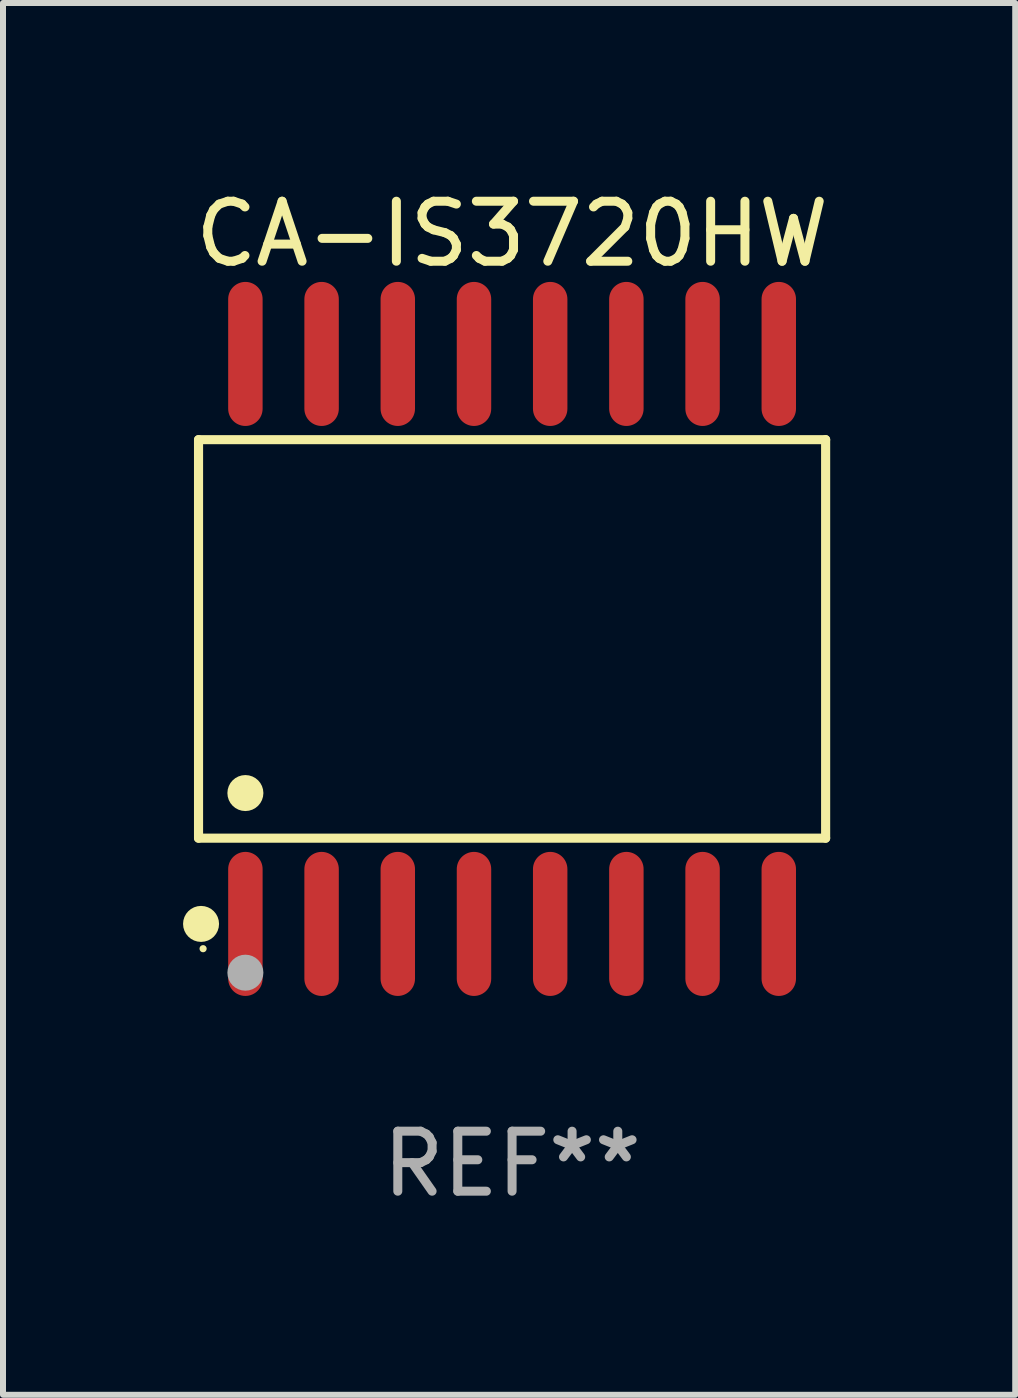
<source format=kicad_pcb>
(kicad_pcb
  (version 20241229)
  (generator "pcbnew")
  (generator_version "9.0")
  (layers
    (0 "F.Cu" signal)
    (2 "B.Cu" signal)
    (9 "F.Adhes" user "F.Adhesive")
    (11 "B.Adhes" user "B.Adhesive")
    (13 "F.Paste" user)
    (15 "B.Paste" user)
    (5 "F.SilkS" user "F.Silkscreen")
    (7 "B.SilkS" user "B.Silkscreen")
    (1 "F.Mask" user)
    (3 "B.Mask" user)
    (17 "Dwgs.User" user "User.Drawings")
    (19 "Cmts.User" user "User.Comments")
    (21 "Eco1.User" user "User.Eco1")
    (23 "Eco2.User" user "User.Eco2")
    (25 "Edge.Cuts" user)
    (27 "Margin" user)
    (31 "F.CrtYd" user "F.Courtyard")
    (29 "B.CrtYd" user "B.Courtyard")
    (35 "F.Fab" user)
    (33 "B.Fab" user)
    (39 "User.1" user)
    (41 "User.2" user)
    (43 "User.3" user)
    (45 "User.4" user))
  (footprint "CA-IS3720HW"
    (layer "F.Cu")
    (at 5.485 7.599)
    (property "Reference" "CA-IS3720HW" (at 0 -6.75 0) (layer "F.SilkS") (effects (font (size 1 1) (thickness 0.15))))
    (attr through_hole)
    (fp_line (start -5.226 -3.321) (end 5.226 -3.321) (stroke (width 0.152) (type solid)) (layer "F.SilkS"))
    (fp_line (start -5.226 3.321) (end -5.226 -3.321) (stroke (width 0.152) (type solid)) (layer "F.SilkS"))
    (fp_line (start 5.226 -3.321) (end 5.226 3.321) (stroke (width 0.152) (type solid)) (layer "F.SilkS"))
    (fp_line (start 5.226 3.321) (end -5.226 3.321) (stroke (width 0.152) (type solid)) (layer "F.SilkS"))
    (fp_circle (center -5.184 4.75) (end -5.034 4.75) (stroke (width 0.3) (type solid)) (fill no) (layer "F.SilkS"))
    (fp_circle (center -5.15 5.163) (end -5.12 5.163) (stroke (width 0.06) (type solid)) (fill no) (layer "F.SilkS"))
    (fp_circle (center -4.445 2.569) (end -4.295 2.569) (stroke (width 0.3) (type solid)) (fill no) (layer "F.SilkS"))
    (fp_circle (center -4.445 5.563) (end -4.295 5.563) (stroke (width 0.3) (type solid)) (fill no) (layer "F.Fab"))
    (fp_text user "REF**" (at 0 8.75 0) (layer "F.Fab") (effects (font (size 1 1) (thickness 0.15))))
    (pad "1" smd oval (at -4.445 4.75) (size 0.574 2.401) (layers "F.Cu" "F.Mask" "F.Paste"))
    (pad "2" smd oval (at -3.175 4.75) (size 0.574 2.401) (layers "F.Cu" "F.Mask" "F.Paste"))
    (pad "3" smd oval (at -1.905 4.75) (size 0.574 2.401) (layers "F.Cu" "F.Mask" "F.Paste"))
    (pad "4" smd oval (at -0.635 4.75) (size 0.574 2.401) (layers "F.Cu" "F.Mask" "F.Paste"))
    (pad "5" smd oval (at 0.635 4.75) (size 0.574 2.401) (layers "F.Cu" "F.Mask" "F.Paste"))
    (pad "6" smd oval (at 1.905 4.75) (size 0.574 2.401) (layers "F.Cu" "F.Mask" "F.Paste"))
    (pad "7" smd oval (at 3.175 4.75) (size 0.574 2.401) (layers "F.Cu" "F.Mask" "F.Paste"))
    (pad "8" smd oval (at 4.445 4.75) (size 0.574 2.401) (layers "F.Cu" "F.Mask" "F.Paste"))
    (pad "9" smd oval (at 4.445 -4.75) (size 0.574 2.401) (layers "F.Cu" "F.Mask" "F.Paste"))
    (pad "10" smd oval (at 3.175 -4.75) (size 0.574 2.401) (layers "F.Cu" "F.Mask" "F.Paste"))
    (pad "11" smd oval (at 1.905 -4.75) (size 0.574 2.401) (layers "F.Cu" "F.Mask" "F.Paste"))
    (pad "12" smd oval (at 0.635 -4.75) (size 0.574 2.401) (layers "F.Cu" "F.Mask" "F.Paste"))
    (pad "13" smd oval (at -0.635 -4.75) (size 0.574 2.401) (layers "F.Cu" "F.Mask" "F.Paste"))
    (pad "14" smd oval (at -1.905 -4.75) (size 0.574 2.401) (layers "F.Cu" "F.Mask" "F.Paste"))
    (pad "15" smd oval (at -3.175 -4.75) (size 0.574 2.401) (layers "F.Cu" "F.Mask" "F.Paste"))
    (pad "16" smd oval (at -4.445 -4.75) (size 0.574 2.401) (layers "F.Cu" "F.Mask" "F.Paste")))
  (gr_rect
    (start -3 -3)
    (end 13.871 20.197)
    (stroke (width 0.1) (type default))
    (fill no)
    (layer "Edge.Cuts")))
</source>
